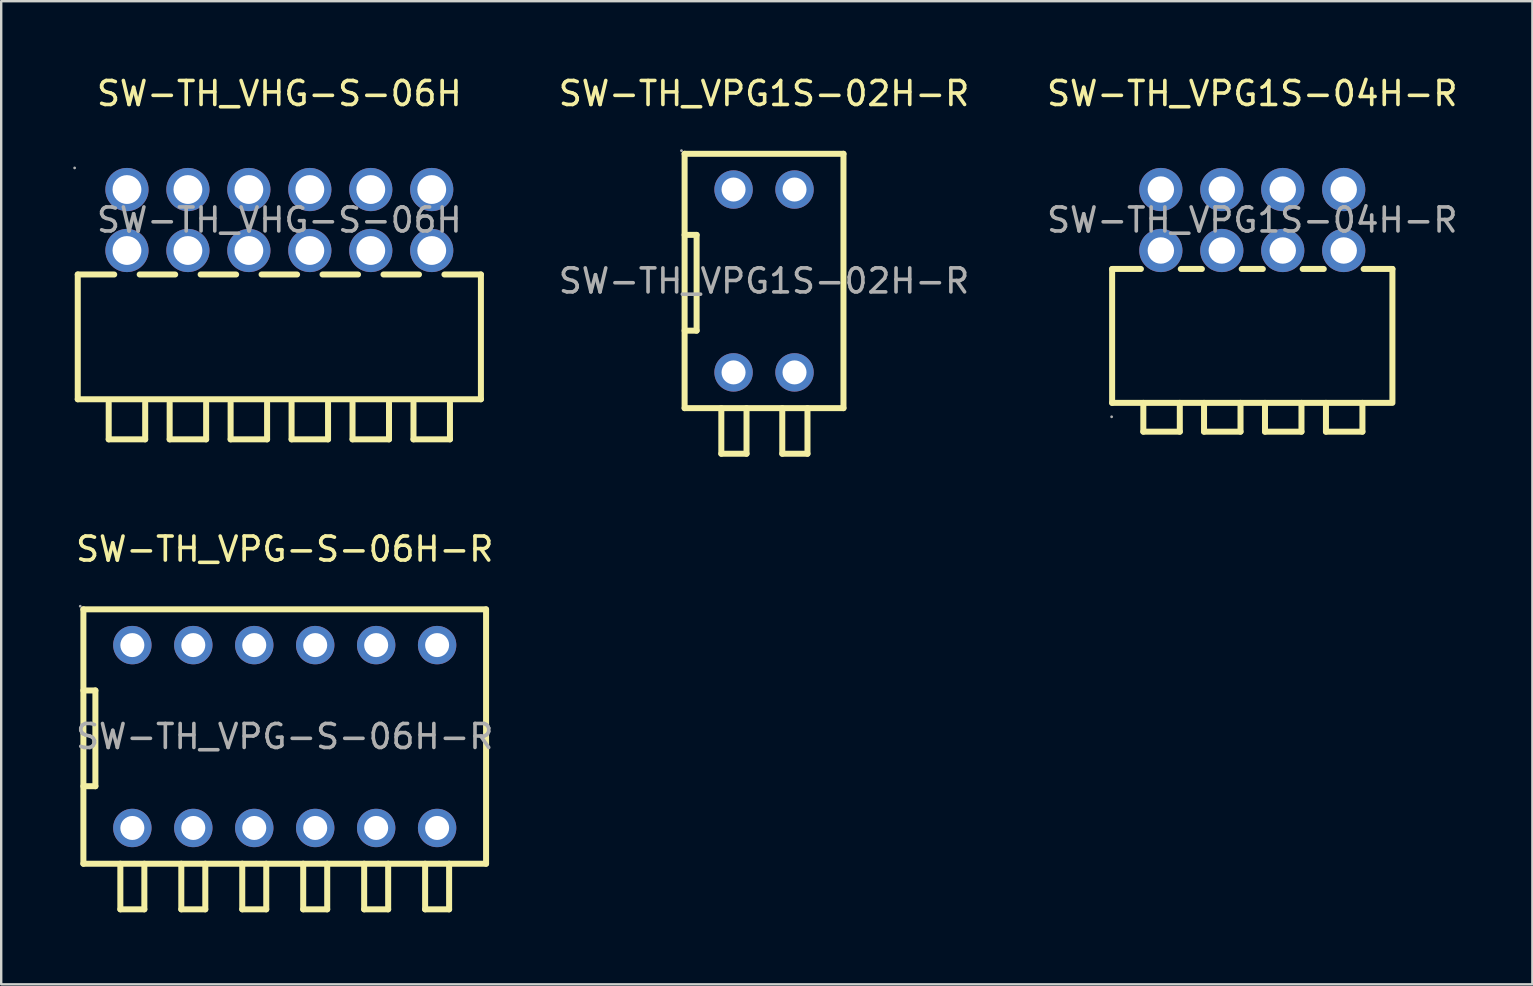
<source format=kicad_pcb>
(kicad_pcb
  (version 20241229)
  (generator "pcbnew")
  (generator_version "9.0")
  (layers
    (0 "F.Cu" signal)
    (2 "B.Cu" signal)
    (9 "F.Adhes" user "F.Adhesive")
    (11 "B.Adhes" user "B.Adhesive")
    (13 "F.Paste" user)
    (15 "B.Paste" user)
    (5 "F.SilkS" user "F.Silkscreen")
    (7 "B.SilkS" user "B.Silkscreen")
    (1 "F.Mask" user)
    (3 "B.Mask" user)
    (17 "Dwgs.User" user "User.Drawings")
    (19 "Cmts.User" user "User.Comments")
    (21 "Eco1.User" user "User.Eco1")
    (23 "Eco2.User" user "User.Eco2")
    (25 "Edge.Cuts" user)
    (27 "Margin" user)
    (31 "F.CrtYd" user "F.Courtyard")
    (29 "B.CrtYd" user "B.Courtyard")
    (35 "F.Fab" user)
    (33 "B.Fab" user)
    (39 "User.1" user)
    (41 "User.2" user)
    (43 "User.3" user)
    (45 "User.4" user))
  (footprint "SW-TH_VPG1S-02H-R"
    (layer "F.Cu")
    (at 28.788 8.658)
    (property "Reference" "SW-TH_VPG1S-02H-R" (at 0 -7.81 0) (layer "F.SilkS") (effects (font (size 1 1) (thickness 0.15))))
    (attr through_hole)
    (fp_line (start -3.31 -5.3) (end 3.31 -5.3) (stroke (width 0.25) (type solid)) (layer "F.SilkS"))
    (fp_line (start -3.31 -1.92) (end -2.81 -1.92) (stroke (width 0.25) (type solid)) (layer "F.SilkS"))
    (fp_line (start -3.31 2.07) (end -2.81 2.07) (stroke (width 0.25) (type solid)) (layer "F.SilkS"))
    (fp_line (start -3.31 5.3) (end -3.31 -5.3) (stroke (width 0.25) (type solid)) (layer "F.SilkS"))
    (fp_line (start -3.31 5.3) (end 3.31 5.3) (stroke (width 0.25) (type solid)) (layer "F.SilkS"))
    (fp_line (start -2.81 2.07) (end -2.81 -1.92) (stroke (width 0.25) (type solid)) (layer "F.SilkS"))
    (fp_line (start -1.78 7.2) (end -1.78 5.3) (stroke (width 0.25) (type solid)) (layer "F.SilkS"))
    (fp_line (start -1.78 7.2) (end -0.73 7.2) (stroke (width 0.25) (type solid)) (layer "F.SilkS"))
    (fp_line (start -0.73 7.2) (end -0.73 5.3) (stroke (width 0.25) (type solid)) (layer "F.SilkS"))
    (fp_line (start 0.76 7.2) (end 0.76 5.3) (stroke (width 0.25) (type solid)) (layer "F.SilkS"))
    (fp_line (start 0.76 7.2) (end 1.81 7.2) (stroke (width 0.25) (type solid)) (layer "F.SilkS"))
    (fp_line (start 1.81 7.2) (end 1.81 5.3) (stroke (width 0.25) (type solid)) (layer "F.SilkS"))
    (fp_line (start 3.31 5.3) (end 3.31 -5.3) (stroke (width 0.25) (type solid)) (layer "F.SilkS"))
    (fp_circle (center -3.44 -5.43) (end -3.41 -5.43) (stroke (width 0.06) (type solid)) (fill no) (layer "F.Fab"))
    (fp_circle (center -1.27 -3.81) (end -1.07 -3.81) (stroke (width 0.4) (type solid)) (fill no) (layer "F.Fab"))
    (fp_circle (center -1.27 3.81) (end -1.07 3.81) (stroke (width 0.4) (type solid)) (fill no) (layer "F.Fab"))
    (fp_circle (center 1.27 -3.81) (end 1.47 -3.81) (stroke (width 0.4) (type solid)) (fill no) (layer "F.Fab"))
    (fp_circle (center 1.27 3.81) (end 1.47 3.81) (stroke (width 0.4) (type solid)) (fill no) (layer "F.Fab"))
    (fp_text user "${REFERENCE}" (at 0 0 0) (layer "F.Fab") (effects (font (size 1 1) (thickness 0.15))))
    (pad "1" thru_hole circle (at -1.27 -3.81 180) (size 1.6 1.6) (drill 1) (layers "*.Cu" "*.Paste" "*.Mask"))
    (pad "2" thru_hole circle (at 1.27 -3.81 180) (size 1.6 1.6) (drill 1) (layers "*.Cu" "*.Paste" "*.Mask"))
    (pad "3" thru_hole circle (at 1.27 3.81 180) (size 1.6 1.6) (drill 1) (layers "*.Cu" "*.Paste" "*.Mask"))
    (pad "4" thru_hole circle (at -1.27 3.81 180) (size 1.6 1.6) (drill 1) (layers "*.Cu" "*.Paste" "*.Mask")))
  (footprint "SW-TH_VPG1S-04H-R"
    (layer "F.Cu")
    (at 49.133 6.118)
    (property "Reference" "SW-TH_VPG1S-04H-R" (at 0 -5.27 0) (layer "F.SilkS") (effects (font (size 1 1) (thickness 0.15))))
    (attr through_hole)
    (fp_line (start -5.84 2.04) (end -5.84 7.62) (stroke (width 0.25) (type solid)) (layer "F.SilkS"))
    (fp_line (start -5.84 2.04) (end -4.64 2.04) (stroke (width 0.25) (type solid)) (layer "F.SilkS"))
    (fp_line (start -5.84 7.62) (end 5.84 7.62) (stroke (width 0.25) (type solid)) (layer "F.SilkS"))
    (fp_line (start -4.54 8.82) (end -4.54 7.62) (stroke (width 0.25) (type solid)) (layer "F.SilkS"))
    (fp_line (start -3.02 8.82) (end -4.54 8.82) (stroke (width 0.25) (type solid)) (layer "F.SilkS"))
    (fp_line (start -3.02 8.82) (end -3.02 7.62) (stroke (width 0.25) (type solid)) (layer "F.SilkS"))
    (fp_line (start -2.98 2.04) (end -2.1 2.04) (stroke (width 0.25) (type solid)) (layer "F.SilkS"))
    (fp_line (start -2.01 8.82) (end -2.01 7.62) (stroke (width 0.25) (type solid)) (layer "F.SilkS"))
    (fp_line (start -0.49 8.82) (end -2.01 8.82) (stroke (width 0.25) (type solid)) (layer "F.SilkS"))
    (fp_line (start -0.49 8.82) (end -0.49 7.62) (stroke (width 0.25) (type solid)) (layer "F.SilkS"))
    (fp_line (start -0.44 2.04) (end 0.44 2.04) (stroke (width 0.25) (type solid)) (layer "F.SilkS"))
    (fp_line (start 0.53 8.82) (end 0.53 7.62) (stroke (width 0.25) (type solid)) (layer "F.SilkS"))
    (fp_line (start 2.05 8.82) (end 0.53 8.82) (stroke (width 0.25) (type solid)) (layer "F.SilkS"))
    (fp_line (start 2.05 8.82) (end 2.05 7.62) (stroke (width 0.25) (type solid)) (layer "F.SilkS"))
    (fp_line (start 2.1 2.04) (end 2.98 2.04) (stroke (width 0.25) (type solid)) (layer "F.SilkS"))
    (fp_line (start 3.07 8.82) (end 3.07 7.62) (stroke (width 0.25) (type solid)) (layer "F.SilkS"))
    (fp_line (start 4.59 8.82) (end 3.07 8.82) (stroke (width 0.25) (type solid)) (layer "F.SilkS"))
    (fp_line (start 4.59 8.82) (end 4.59 7.62) (stroke (width 0.25) (type solid)) (layer "F.SilkS"))
    (fp_line (start 4.64 2.04) (end 5.84 2.04) (stroke (width 0.25) (type solid)) (layer "F.SilkS"))
    (fp_line (start 5.84 2.04) (end 5.84 7.54) (stroke (width 0.25) (type solid)) (layer "F.SilkS"))
    (fp_circle (center -5.86 8.2) (end -5.83 8.2) (stroke (width 0.06) (type solid)) (fill no) (layer "F.Fab"))
    (fp_text user "${REFERENCE}" (at 0 0 0) (layer "F.Fab") (effects (font (size 1 1) (thickness 0.15))))
    (pad "1" thru_hole circle (at -3.81 1.27) (size 1.8 1.8) (drill 1.1) (layers "*.Cu" "*.Paste" "*.Mask"))
    (pad "2" thru_hole circle (at -1.27 1.27) (size 1.8 1.8) (drill 1.1) (layers "*.Cu" "*.Paste" "*.Mask"))
    (pad "3" thru_hole circle (at 1.27 1.27) (size 1.8 1.8) (drill 1.1) (layers "*.Cu" "*.Paste" "*.Mask"))
    (pad "4" thru_hole circle (at 3.81 1.27) (size 1.8 1.8) (drill 1.1) (layers "*.Cu" "*.Paste" "*.Mask"))
    (pad "5" thru_hole circle (at 3.81 -1.27) (size 1.8 1.8) (drill 1.1) (layers "*.Cu" "*.Paste" "*.Mask"))
    (pad "6" thru_hole circle (at 1.27 -1.27) (size 1.8 1.8) (drill 1.1) (layers "*.Cu" "*.Paste" "*.Mask"))
    (pad "7" thru_hole circle (at -1.27 -1.27) (size 1.8 1.8) (drill 1.1) (layers "*.Cu" "*.Paste" "*.Mask"))
    (pad "8" thru_hole circle (at -3.81 -1.27) (size 1.8 1.8) (drill 1.1) (layers "*.Cu" "*.Paste" "*.Mask")))
  (footprint "SW-TH_VPG-S-06H-R"
    (layer "F.Cu")
    (at 8.815 27.642)
    (property "Reference" "SW-TH_VPG-S-06H-R" (at 0 -7.81 0) (layer "F.SilkS") (effects (font (size 1 1) (thickness 0.15))))
    (attr through_hole)
    (fp_line (start -8.39 -5.3) (end 8.39 -5.3) (stroke (width 0.25) (type solid)) (layer "F.SilkS"))
    (fp_line (start -8.39 -1.92) (end -7.89 -1.92) (stroke (width 0.25) (type solid)) (layer "F.SilkS"))
    (fp_line (start -8.39 2.07) (end -7.89 2.07) (stroke (width 0.25) (type solid)) (layer "F.SilkS"))
    (fp_line (start -8.39 5.3) (end -8.39 -5.3) (stroke (width 0.25) (type solid)) (layer "F.SilkS"))
    (fp_line (start -8.39 5.3) (end 8.39 5.3) (stroke (width 0.25) (type solid)) (layer "F.SilkS"))
    (fp_line (start -7.89 2.07) (end -7.89 -1.92) (stroke (width 0.25) (type solid)) (layer "F.SilkS"))
    (fp_line (start -6.85 5.3) (end -6.85 7.2) (stroke (width 0.25) (type solid)) (layer "F.SilkS"))
    (fp_line (start -6.85 7.2) (end -5.85 7.2) (stroke (width 0.25) (type solid)) (layer "F.SilkS"))
    (fp_line (start -5.85 5.3) (end -5.85 7.2) (stroke (width 0.25) (type solid)) (layer "F.SilkS"))
    (fp_line (start -4.31 5.3) (end -4.31 7.2) (stroke (width 0.25) (type solid)) (layer "F.SilkS"))
    (fp_line (start -4.31 7.2) (end -3.31 7.2) (stroke (width 0.25) (type solid)) (layer "F.SilkS"))
    (fp_line (start -3.31 5.3) (end -3.31 7.2) (stroke (width 0.25) (type solid)) (layer "F.SilkS"))
    (fp_line (start -1.77 5.3) (end -1.77 7.2) (stroke (width 0.25) (type solid)) (layer "F.SilkS"))
    (fp_line (start -1.77 7.2) (end -0.77 7.2) (stroke (width 0.25) (type solid)) (layer "F.SilkS"))
    (fp_line (start -0.77 5.3) (end -0.77 7.2) (stroke (width 0.25) (type solid)) (layer "F.SilkS"))
    (fp_line (start 0.77 5.3) (end 0.77 7.2) (stroke (width 0.25) (type solid)) (layer "F.SilkS"))
    (fp_line (start 0.77 7.2) (end 1.77 7.2) (stroke (width 0.25) (type solid)) (layer "F.SilkS"))
    (fp_line (start 1.77 5.3) (end 1.77 7.2) (stroke (width 0.25) (type solid)) (layer "F.SilkS"))
    (fp_line (start 3.31 5.3) (end 3.31 7.2) (stroke (width 0.25) (type solid)) (layer "F.SilkS"))
    (fp_line (start 3.31 7.2) (end 4.31 7.2) (stroke (width 0.25) (type solid)) (layer "F.SilkS"))
    (fp_line (start 4.31 5.3) (end 4.31 7.2) (stroke (width 0.25) (type solid)) (layer "F.SilkS"))
    (fp_line (start 5.85 5.3) (end 5.85 7.2) (stroke (width 0.25) (type solid)) (layer "F.SilkS"))
    (fp_line (start 5.85 7.2) (end 6.85 7.2) (stroke (width 0.25) (type solid)) (layer "F.SilkS"))
    (fp_line (start 6.85 5.3) (end 6.85 7.2) (stroke (width 0.25) (type solid)) (layer "F.SilkS"))
    (fp_line (start 8.39 5.3) (end 8.39 -5.3) (stroke (width 0.25) (type solid)) (layer "F.SilkS"))
    (fp_circle (center -8.52 -5.43) (end -8.49 -5.43) (stroke (width 0.06) (type solid)) (fill no) (layer "F.Fab"))
    (fp_circle (center -6.35 -3.81) (end -6.15 -3.81) (stroke (width 0.4) (type solid)) (fill no) (layer "F.Fab"))
    (fp_circle (center -6.35 3.81) (end -6.15 3.81) (stroke (width 0.4) (type solid)) (fill no) (layer "F.Fab"))
    (fp_circle (center -3.81 -3.81) (end -3.61 -3.81) (stroke (width 0.4) (type solid)) (fill no) (layer "F.Fab"))
    (fp_circle (center -3.81 3.81) (end -3.61 3.81) (stroke (width 0.4) (type solid)) (fill no) (layer "F.Fab"))
    (fp_circle (center -1.27 -3.81) (end -1.07 -3.81) (stroke (width 0.4) (type solid)) (fill no) (layer "F.Fab"))
    (fp_circle (center -1.27 3.81) (end -1.07 3.81) (stroke (width 0.4) (type solid)) (fill no) (layer "F.Fab"))
    (fp_circle (center 1.27 -3.81) (end 1.47 -3.81) (stroke (width 0.4) (type solid)) (fill no) (layer "F.Fab"))
    (fp_circle (center 1.27 3.81) (end 1.47 3.81) (stroke (width 0.4) (type solid)) (fill no) (layer "F.Fab"))
    (fp_circle (center 3.81 -3.81) (end 4.01 -3.81) (stroke (width 0.4) (type solid)) (fill no) (layer "F.Fab"))
    (fp_circle (center 3.81 3.81) (end 4.01 3.81) (stroke (width 0.4) (type solid)) (fill no) (layer "F.Fab"))
    (fp_circle (center 6.35 -3.81) (end 6.55 -3.81) (stroke (width 0.4) (type solid)) (fill no) (layer "F.Fab"))
    (fp_circle (center 6.35 3.81) (end 6.55 3.81) (stroke (width 0.4) (type solid)) (fill no) (layer "F.Fab"))
    (fp_text user "${REFERENCE}" (at 0 0 0) (layer "F.Fab") (effects (font (size 1 1) (thickness 0.15))))
    (pad "1" thru_hole circle (at -6.35 -3.81 180) (size 1.6 1.6) (drill 1) (layers "*.Cu" "*.Paste" "*.Mask"))
    (pad "2" thru_hole circle (at -3.81 -3.81 180) (size 1.6 1.6) (drill 1) (layers "*.Cu" "*.Paste" "*.Mask"))
    (pad "3" thru_hole circle (at -1.27 -3.81 180) (size 1.6 1.6) (drill 1) (layers "*.Cu" "*.Paste" "*.Mask"))
    (pad "4" thru_hole circle (at 1.27 -3.81 180) (size 1.6 1.6) (drill 1) (layers "*.Cu" "*.Paste" "*.Mask"))
    (pad "5" thru_hole circle (at 3.81 -3.81 180) (size 1.6 1.6) (drill 1) (layers "*.Cu" "*.Paste" "*.Mask"))
    (pad "6" thru_hole circle (at 6.35 -3.81 180) (size 1.6 1.6) (drill 1) (layers "*.Cu" "*.Paste" "*.Mask"))
    (pad "7" thru_hole circle (at 6.35 3.81 180) (size 1.6 1.6) (drill 1) (layers "*.Cu" "*.Paste" "*.Mask"))
    (pad "8" thru_hole circle (at 3.81 3.81 180) (size 1.6 1.6) (drill 1) (layers "*.Cu" "*.Paste" "*.Mask"))
    (pad "9" thru_hole circle (at 1.27 3.81 180) (size 1.6 1.6) (drill 1) (layers "*.Cu" "*.Paste" "*.Mask"))
    (pad "10" thru_hole circle (at -1.27 3.81 180) (size 1.6 1.6) (drill 1) (layers "*.Cu" "*.Paste" "*.Mask"))
    (pad "11" thru_hole circle (at -3.81 3.81 180) (size 1.6 1.6) (drill 1) (layers "*.Cu" "*.Paste" "*.Mask"))
    (pad "12" thru_hole circle (at -6.35 3.81 180) (size 1.6 1.6) (drill 1) (layers "*.Cu" "*.Paste" "*.Mask")))
  (footprint "SW-TH_VHG-S-06H"
    (layer "F.Cu")
    (at 8.59 6.118)
    (property "Reference" "SW-TH_VHG-S-06H" (at 0 -5.27 0) (layer "F.SilkS") (effects (font (size 1 1) (thickness 0.15))))
    (attr through_hole)
    (fp_line (start -8.4 2.27) (end -6.88 2.27) (stroke (width 0.25) (type solid)) (layer "F.SilkS"))
    (fp_line (start -8.4 7.47) (end -8.4 2.27) (stroke (width 0.25) (type solid)) (layer "F.SilkS"))
    (fp_line (start -8.4 7.47) (end 8.4 7.47) (stroke (width 0.25) (type solid)) (layer "F.SilkS"))
    (fp_line (start -7.11 7.62) (end -7.11 9.14) (stroke (width 0.25) (type solid)) (layer "F.SilkS"))
    (fp_line (start -7.11 9.14) (end -5.59 9.14) (stroke (width 0.25) (type solid)) (layer "F.SilkS"))
    (fp_line (start -5.82 2.27) (end -4.34 2.27) (stroke (width 0.25) (type solid)) (layer "F.SilkS"))
    (fp_line (start -5.59 9.14) (end -5.59 7.62) (stroke (width 0.25) (type solid)) (layer "F.SilkS"))
    (fp_line (start -4.57 7.62) (end -4.57 9.14) (stroke (width 0.25) (type solid)) (layer "F.SilkS"))
    (fp_line (start -4.57 9.14) (end -3.05 9.14) (stroke (width 0.25) (type solid)) (layer "F.SilkS"))
    (fp_line (start -3.28 2.27) (end -1.8 2.27) (stroke (width 0.25) (type solid)) (layer "F.SilkS"))
    (fp_line (start -3.05 9.14) (end -3.05 7.62) (stroke (width 0.25) (type solid)) (layer "F.SilkS"))
    (fp_line (start -2.03 7.62) (end -2.03 9.14) (stroke (width 0.25) (type solid)) (layer "F.SilkS"))
    (fp_line (start -2.03 9.14) (end -0.51 9.14) (stroke (width 0.25) (type solid)) (layer "F.SilkS"))
    (fp_line (start -0.74 2.27) (end 0.74 2.27) (stroke (width 0.25) (type solid)) (layer "F.SilkS"))
    (fp_line (start -0.51 9.14) (end -0.51 7.62) (stroke (width 0.25) (type solid)) (layer "F.SilkS"))
    (fp_line (start 0.51 7.62) (end 0.51 9.14) (stroke (width 0.25) (type solid)) (layer "F.SilkS"))
    (fp_line (start 0.51 9.14) (end 2.03 9.14) (stroke (width 0.25) (type solid)) (layer "F.SilkS"))
    (fp_line (start 1.8 2.27) (end 3.28 2.27) (stroke (width 0.25) (type solid)) (layer "F.SilkS"))
    (fp_line (start 2.03 9.14) (end 2.03 7.62) (stroke (width 0.25) (type solid)) (layer "F.SilkS"))
    (fp_line (start 3.05 7.62) (end 3.05 9.14) (stroke (width 0.25) (type solid)) (layer "F.SilkS"))
    (fp_line (start 3.05 9.14) (end 4.57 9.14) (stroke (width 0.25) (type solid)) (layer "F.SilkS"))
    (fp_line (start 4.34 2.27) (end 5.82 2.27) (stroke (width 0.25) (type solid)) (layer "F.SilkS"))
    (fp_line (start 4.57 9.14) (end 4.57 7.62) (stroke (width 0.25) (type solid)) (layer "F.SilkS"))
    (fp_line (start 5.59 7.62) (end 5.59 9.14) (stroke (width 0.25) (type solid)) (layer "F.SilkS"))
    (fp_line (start 5.59 9.14) (end 7.11 9.14) (stroke (width 0.25) (type solid)) (layer "F.SilkS"))
    (fp_line (start 6.88 2.27) (end 8.4 2.27) (stroke (width 0.25) (type solid)) (layer "F.SilkS"))
    (fp_line (start 7.11 9.14) (end 7.11 7.62) (stroke (width 0.25) (type solid)) (layer "F.SilkS"))
    (fp_line (start 8.4 2.27) (end 8.4 7.47) (stroke (width 0.25) (type solid)) (layer "F.SilkS"))
    (fp_circle (center -8.53 -2.17) (end -8.5 -2.17) (stroke (width 0.06) (type solid)) (fill no) (layer "F.Fab"))
    (fp_circle (center -6.35 -1.27) (end -6.1 -1.27) (stroke (width 0.5) (type solid)) (fill no) (layer "F.Fab"))
    (fp_circle (center -6.35 1.27) (end -6.1 1.27) (stroke (width 0.5) (type solid)) (fill no) (layer "F.Fab"))
    (fp_circle (center -3.81 -1.27) (end -3.56 -1.27) (stroke (width 0.5) (type solid)) (fill no) (layer "F.Fab"))
    (fp_circle (center -3.81 1.27) (end -3.56 1.27) (stroke (width 0.5) (type solid)) (fill no) (layer "F.Fab"))
    (fp_circle (center -1.27 -1.27) (end -1.02 -1.27) (stroke (width 0.5) (type solid)) (fill no) (layer "F.Fab"))
    (fp_circle (center -1.27 1.27) (end -1.02 1.27) (stroke (width 0.5) (type solid)) (fill no) (layer "F.Fab"))
    (fp_circle (center 1.27 -1.27) (end 1.52 -1.27) (stroke (width 0.5) (type solid)) (fill no) (layer "F.Fab"))
    (fp_circle (center 1.27 1.27) (end 1.52 1.27) (stroke (width 0.5) (type solid)) (fill no) (layer "F.Fab"))
    (fp_circle (center 3.81 -1.27) (end 4.06 -1.27) (stroke (width 0.5) (type solid)) (fill no) (layer "F.Fab"))
    (fp_circle (center 3.81 1.27) (end 4.06 1.27) (stroke (width 0.5) (type solid)) (fill no) (layer "F.Fab"))
    (fp_circle (center 6.35 -1.27) (end 6.6 -1.27) (stroke (width 0.5) (type solid)) (fill no) (layer "F.Fab"))
    (fp_circle (center 6.35 1.27) (end 6.6 1.27) (stroke (width 0.5) (type solid)) (fill no) (layer "F.Fab"))
    (fp_text user "${REFERENCE}" (at 0 0 0) (layer "F.Fab") (effects (font (size 1 1) (thickness 0.15))))
    (pad "1" thru_hole circle (at -6.35 -1.27) (size 1.8 1.8) (drill 1.2) (layers "*.Cu" "*.Paste" "*.Mask"))
    (pad "2" thru_hole circle (at -3.81 -1.27) (size 1.8 1.8) (drill 1.2) (layers "*.Cu" "*.Paste" "*.Mask"))
    (pad "3" thru_hole circle (at -1.27 -1.27) (size 1.8 1.8) (drill 1.2) (layers "*.Cu" "*.Paste" "*.Mask"))
    (pad "4" thru_hole circle (at 1.27 -1.27) (size 1.8 1.8) (drill 1.2) (layers "*.Cu" "*.Paste" "*.Mask"))
    (pad "5" thru_hole circle (at 3.81 -1.27) (size 1.8 1.8) (drill 1.2) (layers "*.Cu" "*.Paste" "*.Mask"))
    (pad "6" thru_hole circle (at 6.35 -1.27) (size 1.8 1.8) (drill 1.2) (layers "*.Cu" "*.Paste" "*.Mask"))
    (pad "7" thru_hole circle (at -6.35 1.27) (size 1.8 1.8) (drill 1.2) (layers "*.Cu" "*.Paste" "*.Mask"))
    (pad "8" thru_hole circle (at -3.81 1.27) (size 1.8 1.8) (drill 1.2) (layers "*.Cu" "*.Paste" "*.Mask"))
    (pad "9" thru_hole circle (at -1.27 1.27) (size 1.8 1.8) (drill 1.2) (layers "*.Cu" "*.Paste" "*.Mask"))
    (pad "10" thru_hole circle (at 1.27 1.27) (size 1.8 1.8) (drill 1.2) (layers "*.Cu" "*.Paste" "*.Mask"))
    (pad "11" thru_hole circle (at 3.81 1.27) (size 1.8 1.8) (drill 1.2) (layers "*.Cu" "*.Paste" "*.Mask"))
    (pad "12" thru_hole circle (at 6.35 1.27) (size 1.8 1.8) (drill 1.2) (layers "*.Cu" "*.Paste" "*.Mask")))
  (gr_rect
    (start -3 -3)
    (end 60.805 37.967)
    (stroke (width 0.1) (type default))
    (fill no)
    (layer "Edge.Cuts")))
</source>
